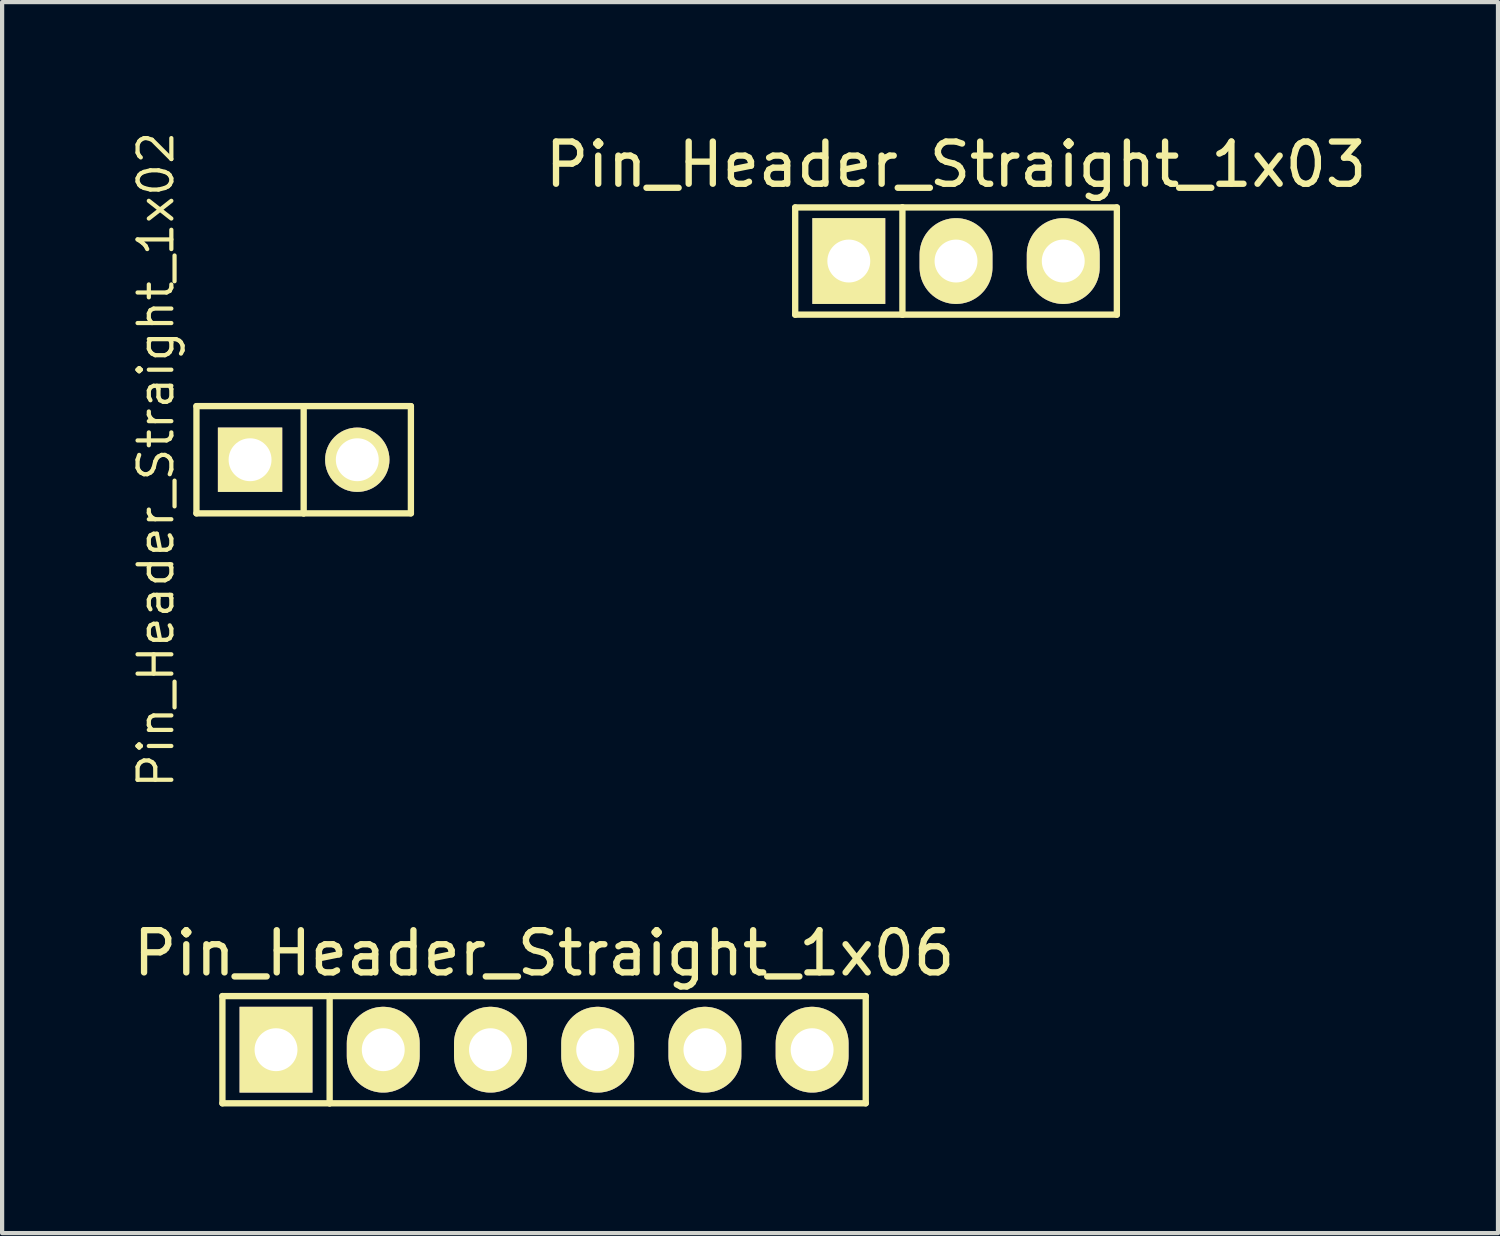
<source format=kicad_pcb>
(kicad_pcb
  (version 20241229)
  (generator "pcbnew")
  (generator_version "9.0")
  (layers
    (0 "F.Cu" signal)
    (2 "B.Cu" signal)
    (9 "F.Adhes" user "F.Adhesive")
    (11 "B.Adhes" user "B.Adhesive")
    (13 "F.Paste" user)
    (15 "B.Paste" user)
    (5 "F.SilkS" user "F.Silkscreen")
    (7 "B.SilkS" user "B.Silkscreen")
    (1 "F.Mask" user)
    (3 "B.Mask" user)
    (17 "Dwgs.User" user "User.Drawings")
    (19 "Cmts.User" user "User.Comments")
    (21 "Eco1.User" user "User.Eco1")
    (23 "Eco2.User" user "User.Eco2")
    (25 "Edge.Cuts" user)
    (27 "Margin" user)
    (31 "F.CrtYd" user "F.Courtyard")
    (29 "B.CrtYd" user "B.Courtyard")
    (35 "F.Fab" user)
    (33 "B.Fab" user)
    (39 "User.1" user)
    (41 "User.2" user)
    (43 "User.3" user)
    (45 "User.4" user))
  (footprint "Pin_Header_Straight_1x06"
    (layer "F.Cu")
    (at 9.839 21.817)
    (property "Reference" "Pin_Header_Straight_1x06" (at 0 -2.286 0) (layer "F.SilkS") (effects (font (size 1 1) (thickness 0.15))))
    (attr through_hole)
    (fp_line (start -7.62 -1.27) (end -7.62 1.27) (stroke (width 0.15) (type solid)) (layer "F.SilkS"))
    (fp_line (start -7.62 -1.27) (end -5.08 -1.27) (stroke (width 0.15) (type solid)) (layer "F.SilkS"))
    (fp_line (start -7.62 1.27) (end -5.08 1.27) (stroke (width 0.15) (type solid)) (layer "F.SilkS"))
    (fp_line (start -5.08 -1.27) (end -5.08 1.27) (stroke (width 0.15) (type solid)) (layer "F.SilkS"))
    (fp_line (start -5.08 -1.27) (end 7.62 -1.27) (stroke (width 0.15) (type solid)) (layer "F.SilkS"))
    (fp_line (start 7.62 -1.27) (end 7.62 1.27) (stroke (width 0.15) (type solid)) (layer "F.SilkS"))
    (fp_line (start 7.62 1.27) (end -5.08 1.27) (stroke (width 0.15) (type solid)) (layer "F.SilkS"))
    (pad "1" thru_hole rect (at -6.35 0) (size 1.727 2.032) (drill 1.016) (layers "*.Cu" "*.Mask" "F.SilkS"))
    (pad "2" thru_hole oval (at -3.81 0) (size 1.727 2.032) (drill 1.016) (layers "*.Cu" "*.Mask" "F.SilkS"))
    (pad "3" thru_hole oval (at -1.27 0) (size 1.727 2.032) (drill 1.016) (layers "*.Cu" "*.Mask" "F.SilkS"))
    (pad "4" thru_hole oval (at 1.27 0) (size 1.727 2.032) (drill 1.016) (layers "*.Cu" "*.Mask" "F.SilkS"))
    (pad "5" thru_hole oval (at 3.81 0) (size 1.727 2.032) (drill 1.016) (layers "*.Cu" "*.Mask" "F.SilkS"))
    (pad "6" thru_hole oval (at 6.35 0) (size 1.727 2.032) (drill 1.016) (layers "*.Cu" "*.Mask" "F.SilkS")))
  (footprint "Pin_Header_Straight_1x03"
    (layer "F.Cu")
    (at 19.598 3.134)
    (property "Reference" "Pin_Header_Straight_1x03" (at 0 -2.286 0) (layer "F.SilkS") (effects (font (size 1 1) (thickness 0.15))))
    (attr through_hole)
    (fp_line (start -3.81 -1.27) (end -3.81 1.27) (stroke (width 0.15) (type solid)) (layer "F.SilkS"))
    (fp_line (start -3.81 -1.27) (end -1.27 -1.27) (stroke (width 0.15) (type solid)) (layer "F.SilkS"))
    (fp_line (start -3.81 1.27) (end -1.27 1.27) (stroke (width 0.15) (type solid)) (layer "F.SilkS"))
    (fp_line (start -1.27 -1.27) (end -1.27 1.27) (stroke (width 0.15) (type solid)) (layer "F.SilkS"))
    (fp_line (start -1.27 1.27) (end 3.81 1.27) (stroke (width 0.15) (type solid)) (layer "F.SilkS"))
    (fp_line (start 3.81 -1.27) (end -1.27 -1.27) (stroke (width 0.15) (type solid)) (layer "F.SilkS"))
    (fp_line (start 3.81 1.27) (end 3.81 -1.27) (stroke (width 0.15) (type solid)) (layer "F.SilkS"))
    (pad "1" thru_hole rect (at -2.54 0) (size 1.727 2.032) (drill 1.016) (layers "*.Cu" "*.Mask" "F.SilkS"))
    (pad "2" thru_hole oval (at 0 0) (size 1.727 2.032) (drill 1.016) (layers "*.Cu" "*.Mask" "F.SilkS"))
    (pad "3" thru_hole oval (at 2.54 0) (size 1.727 2.032) (drill 1.016) (layers "*.Cu" "*.Mask" "F.SilkS")))
  (footprint "Pin_Header_Straight_1x02"
    (layer "F.Cu")
    (at 4.144 7.841)
    (property "Reference" "Pin_Header_Straight_1x02" (at -3.5 0 90) (layer "F.SilkS") (effects (font (size 0.8 0.8) (thickness 0.1))))
    (attr through_hole)
    (fp_line (start -2.54 -1.27) (end -2.54 1.27) (stroke (width 0.15) (type solid)) (layer "F.SilkS"))
    (fp_line (start -2.54 1.27) (end 0 1.27) (stroke (width 0.15) (type solid)) (layer "F.SilkS"))
    (fp_line (start 0 -1.27) (end 0 1.27) (stroke (width 0.15) (type solid)) (layer "F.SilkS"))
    (fp_line (start 0 1.27) (end 2.54 1.27) (stroke (width 0.15) (type solid)) (layer "F.SilkS"))
    (fp_line (start 2.54 -1.27) (end -2.54 -1.27) (stroke (width 0.15) (type solid)) (layer "F.SilkS"))
    (fp_line (start 2.54 1.27) (end 2.54 -1.27) (stroke (width 0.15) (type solid)) (layer "F.SilkS"))
    (pad "1" thru_hole rect (at -1.27 0) (size 1.524 1.524) (drill 1.016) (layers "*.Cu" "*.Mask" "F.SilkS"))
    (pad "2" thru_hole circle (at 1.27 0) (size 1.524 1.524) (drill 1.016) (layers "*.Cu" "*.Mask" "F.SilkS")))
  (gr_rect
    (start -3 -3)
    (end 32.437 26.162)
    (stroke (width 0.1) (type default))
    (fill no)
    (layer "Edge.Cuts")))
</source>
